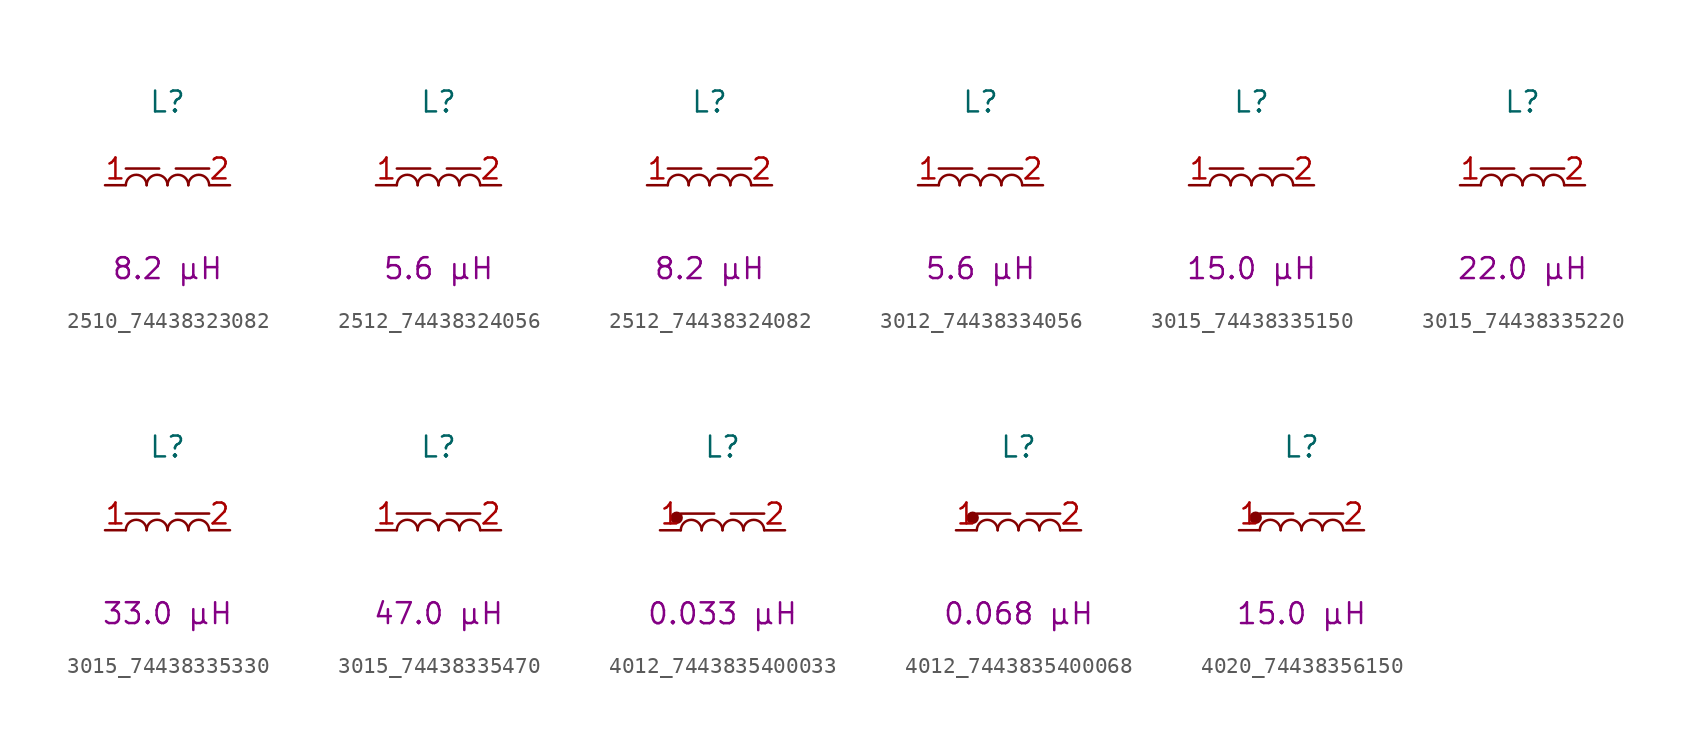
<source format=kicad_sym>
(kicad_symbol_lib
  (version 20241209)
  (generator "kicad_symbol_editor")
  (generator_version "9.0")
  (symbol "2510_74438323082"
    (pin_names
      (hide yes))
    (property "Reference" "L"
      (at 0 5.08 0)
      (effects (font (size 1.27 1.27))))
    (property "Critical Parameter" "8.2 µH"
      (at 0 -5.08 0)
      (effects (font (size 1.27 1.27))))
    (symbol "2510_74438323082_0_1"
      (polyline (pts (xy -2.54 1.016) (xy -0.508 1.016)) (stroke (width 0) (type default)) (fill (type none)))
      (arc (start -2.54 0) (mid -1.905 0.6323) (end -1.27 0) (stroke (width 0) (type default)) (fill (type none)))
      (arc (start -1.27 0) (mid -0.635 0.6323) (end 0 0) (stroke (width 0) (type default)) (fill (type none)))
      (arc (start 0 0) (mid 0.635 0.6323) (end 1.27 0) (stroke (width 0) (type default)) (fill (type none)))
      (arc (start 1.27 0) (mid 1.905 0.6323) (end 2.54 0) (stroke (width 0) (type default)) (fill (type none))))
    (symbol "2510_74438323082_1_1"
      (polyline (pts (xy 2.54 1.016) (xy 0.508 1.016)) (stroke (width 0) (type default)) (fill (type none)))
      (pin passive line (at -3.81 0 0) (length 1.27) (name "1" (effects (font (size 1.27 1.27)))) (number "1" (effects (font (size 1.27 1.27)))))
      (pin passive line (at 3.81 0 180) (length 1.27) (name "2" (effects (font (size 1.27 1.27)))) (number "2" (effects (font (size 1.27 1.27)))))))
  (symbol "2512_74438324056"
    (pin_names
      (hide yes))
    (property "Reference" "L"
      (at 0 5.08 0)
      (effects (font (size 1.27 1.27))))
    (property "Critical Parameter" "5.6 µH"
      (at 0 -5.08 0)
      (effects (font (size 1.27 1.27))))
    (symbol "2512_74438324056_0_1"
      (polyline (pts (xy -2.54 1.016) (xy -0.508 1.016)) (stroke (width 0) (type default)) (fill (type none)))
      (arc (start -2.54 0) (mid -1.905 0.6323) (end -1.27 0) (stroke (width 0) (type default)) (fill (type none)))
      (arc (start -1.27 0) (mid -0.635 0.6323) (end 0 0) (stroke (width 0) (type default)) (fill (type none)))
      (arc (start 0 0) (mid 0.635 0.6323) (end 1.27 0) (stroke (width 0) (type default)) (fill (type none)))
      (arc (start 1.27 0) (mid 1.905 0.6323) (end 2.54 0) (stroke (width 0) (type default)) (fill (type none))))
    (symbol "2512_74438324056_1_1"
      (polyline (pts (xy 2.54 1.016) (xy 0.508 1.016)) (stroke (width 0) (type default)) (fill (type none)))
      (pin passive line (at -3.81 0 0) (length 1.27) (name "1" (effects (font (size 1.27 1.27)))) (number "1" (effects (font (size 1.27 1.27)))))
      (pin passive line (at 3.81 0 180) (length 1.27) (name "2" (effects (font (size 1.27 1.27)))) (number "2" (effects (font (size 1.27 1.27)))))))
  (symbol "2512_74438324082"
    (pin_names
      (hide yes))
    (property "Reference" "L"
      (at 0 5.08 0)
      (effects (font (size 1.27 1.27))))
    (property "Critical Parameter" "8.2 µH"
      (at 0 -5.08 0)
      (effects (font (size 1.27 1.27))))
    (symbol "2512_74438324082_0_1"
      (polyline (pts (xy -2.54 1.016) (xy -0.508 1.016)) (stroke (width 0) (type default)) (fill (type none)))
      (arc (start -2.54 0) (mid -1.905 0.6323) (end -1.27 0) (stroke (width 0) (type default)) (fill (type none)))
      (arc (start -1.27 0) (mid -0.635 0.6323) (end 0 0) (stroke (width 0) (type default)) (fill (type none)))
      (arc (start 0 0) (mid 0.635 0.6323) (end 1.27 0) (stroke (width 0) (type default)) (fill (type none)))
      (arc (start 1.27 0) (mid 1.905 0.6323) (end 2.54 0) (stroke (width 0) (type default)) (fill (type none))))
    (symbol "2512_74438324082_1_1"
      (polyline (pts (xy 2.54 1.016) (xy 0.508 1.016)) (stroke (width 0) (type default)) (fill (type none)))
      (pin passive line (at -3.81 0 0) (length 1.27) (name "1" (effects (font (size 1.27 1.27)))) (number "1" (effects (font (size 1.27 1.27)))))
      (pin passive line (at 3.81 0 180) (length 1.27) (name "2" (effects (font (size 1.27 1.27)))) (number "2" (effects (font (size 1.27 1.27)))))))
  (symbol "3012_74438334056"
    (pin_names
      (hide yes))
    (property "Reference" "L"
      (at 0 5.08 0)
      (effects (font (size 1.27 1.27))))
    (property "Critical Parameter" "5.6 µH"
      (at 0 -5.08 0)
      (effects (font (size 1.27 1.27))))
    (symbol "3012_74438334056_0_1"
      (polyline (pts (xy -2.54 1.016) (xy -0.508 1.016)) (stroke (width 0) (type default)) (fill (type none)))
      (arc (start -2.54 0) (mid -1.905 0.6323) (end -1.27 0) (stroke (width 0) (type default)) (fill (type none)))
      (arc (start -1.27 0) (mid -0.635 0.6323) (end 0 0) (stroke (width 0) (type default)) (fill (type none)))
      (arc (start 0 0) (mid 0.635 0.6323) (end 1.27 0) (stroke (width 0) (type default)) (fill (type none)))
      (arc (start 1.27 0) (mid 1.905 0.6323) (end 2.54 0) (stroke (width 0) (type default)) (fill (type none))))
    (symbol "3012_74438334056_1_1"
      (polyline (pts (xy 2.54 1.016) (xy 0.508 1.016)) (stroke (width 0) (type default)) (fill (type none)))
      (pin passive line (at -3.81 0 0) (length 1.27) (name "1" (effects (font (size 1.27 1.27)))) (number "1" (effects (font (size 1.27 1.27)))))
      (pin passive line (at 3.81 0 180) (length 1.27) (name "2" (effects (font (size 1.27 1.27)))) (number "2" (effects (font (size 1.27 1.27)))))))
  (symbol "3015_74438335150"
    (pin_names
      (hide yes))
    (property "Reference" "L"
      (at 0 5.08 0)
      (effects (font (size 1.27 1.27))))
    (property "Critical Parameter" "15.0 µH"
      (at 0 -5.08 0)
      (effects (font (size 1.27 1.27))))
    (symbol "3015_74438335150_0_1"
      (polyline (pts (xy -2.54 1.016) (xy -0.508 1.016)) (stroke (width 0) (type default)) (fill (type none)))
      (arc (start -2.54 0) (mid -1.905 0.6323) (end -1.27 0) (stroke (width 0) (type default)) (fill (type none)))
      (arc (start -1.27 0) (mid -0.635 0.6323) (end 0 0) (stroke (width 0) (type default)) (fill (type none)))
      (arc (start 0 0) (mid 0.635 0.6323) (end 1.27 0) (stroke (width 0) (type default)) (fill (type none)))
      (arc (start 1.27 0) (mid 1.905 0.6323) (end 2.54 0) (stroke (width 0) (type default)) (fill (type none))))
    (symbol "3015_74438335150_1_1"
      (polyline (pts (xy 2.54 1.016) (xy 0.508 1.016)) (stroke (width 0) (type default)) (fill (type none)))
      (pin passive line (at -3.81 0 0) (length 1.27) (name "1" (effects (font (size 1.27 1.27)))) (number "1" (effects (font (size 1.27 1.27)))))
      (pin passive line (at 3.81 0 180) (length 1.27) (name "2" (effects (font (size 1.27 1.27)))) (number "2" (effects (font (size 1.27 1.27)))))))
  (symbol "3015_74438335220"
    (pin_names
      (hide yes))
    (property "Reference" "L"
      (at 0 5.08 0)
      (effects (font (size 1.27 1.27))))
    (property "Critical Parameter" "22.0 µH"
      (at 0 -5.08 0)
      (effects (font (size 1.27 1.27))))
    (symbol "3015_74438335220_0_1"
      (polyline (pts (xy -2.54 1.016) (xy -0.508 1.016)) (stroke (width 0) (type default)) (fill (type none)))
      (arc (start -2.54 0) (mid -1.905 0.6323) (end -1.27 0) (stroke (width 0) (type default)) (fill (type none)))
      (arc (start -1.27 0) (mid -0.635 0.6323) (end 0 0) (stroke (width 0) (type default)) (fill (type none)))
      (arc (start 0 0) (mid 0.635 0.6323) (end 1.27 0) (stroke (width 0) (type default)) (fill (type none)))
      (arc (start 1.27 0) (mid 1.905 0.6323) (end 2.54 0) (stroke (width 0) (type default)) (fill (type none))))
    (symbol "3015_74438335220_1_1"
      (polyline (pts (xy 2.54 1.016) (xy 0.508 1.016)) (stroke (width 0) (type default)) (fill (type none)))
      (pin passive line (at -3.81 0 0) (length 1.27) (name "1" (effects (font (size 1.27 1.27)))) (number "1" (effects (font (size 1.27 1.27)))))
      (pin passive line (at 3.81 0 180) (length 1.27) (name "2" (effects (font (size 1.27 1.27)))) (number "2" (effects (font (size 1.27 1.27)))))))
  (symbol "3015_74438335330"
    (pin_names
      (hide yes))
    (property "Reference" "L"
      (at 0 5.08 0)
      (effects (font (size 1.27 1.27))))
    (property "Critical Parameter" "33.0 µH"
      (at 0 -5.08 0)
      (effects (font (size 1.27 1.27))))
    (symbol "3015_74438335330_0_1"
      (polyline (pts (xy -2.54 1.016) (xy -0.508 1.016)) (stroke (width 0) (type default)) (fill (type none)))
      (arc (start -2.54 0) (mid -1.905 0.6323) (end -1.27 0) (stroke (width 0) (type default)) (fill (type none)))
      (arc (start -1.27 0) (mid -0.635 0.6323) (end 0 0) (stroke (width 0) (type default)) (fill (type none)))
      (arc (start 0 0) (mid 0.635 0.6323) (end 1.27 0) (stroke (width 0) (type default)) (fill (type none)))
      (arc (start 1.27 0) (mid 1.905 0.6323) (end 2.54 0) (stroke (width 0) (type default)) (fill (type none))))
    (symbol "3015_74438335330_1_1"
      (polyline (pts (xy 2.54 1.016) (xy 0.508 1.016)) (stroke (width 0) (type default)) (fill (type none)))
      (pin passive line (at -3.81 0 0) (length 1.27) (name "1" (effects (font (size 1.27 1.27)))) (number "1" (effects (font (size 1.27 1.27)))))
      (pin passive line (at 3.81 0 180) (length 1.27) (name "2" (effects (font (size 1.27 1.27)))) (number "2" (effects (font (size 1.27 1.27)))))))
  (symbol "3015_74438335470"
    (pin_names
      (hide yes))
    (property "Reference" "L"
      (at 0 5.08 0)
      (effects (font (size 1.27 1.27))))
    (property "Critical Parameter" "47.0 µH"
      (at 0 -5.08 0)
      (effects (font (size 1.27 1.27))))
    (symbol "3015_74438335470_0_1"
      (polyline (pts (xy -2.54 1.016) (xy -0.508 1.016)) (stroke (width 0) (type default)) (fill (type none)))
      (arc (start -2.54 0) (mid -1.905 0.6323) (end -1.27 0) (stroke (width 0) (type default)) (fill (type none)))
      (arc (start -1.27 0) (mid -0.635 0.6323) (end 0 0) (stroke (width 0) (type default)) (fill (type none)))
      (arc (start 0 0) (mid 0.635 0.6323) (end 1.27 0) (stroke (width 0) (type default)) (fill (type none)))
      (arc (start 1.27 0) (mid 1.905 0.6323) (end 2.54 0) (stroke (width 0) (type default)) (fill (type none))))
    (symbol "3015_74438335470_1_1"
      (polyline (pts (xy 2.54 1.016) (xy 0.508 1.016)) (stroke (width 0) (type default)) (fill (type none)))
      (pin passive line (at -3.81 0 0) (length 1.27) (name "1" (effects (font (size 1.27 1.27)))) (number "1" (effects (font (size 1.27 1.27)))))
      (pin passive line (at 3.81 0 180) (length 1.27) (name "2" (effects (font (size 1.27 1.27)))) (number "2" (effects (font (size 1.27 1.27)))))))
  (symbol "4012_7443835400033"
    (pin_names
      (hide yes))
    (property "Reference" "L"
      (at 0 5.08 0)
      (effects (font (size 1.27 1.27))))
    (property "Critical Parameter" "0.033 µH"
      (at 0 -5.08 0)
      (effects (font (size 1.27 1.27))))
    (symbol "4012_7443835400033_0_1"
      (polyline (pts (xy -2.54 1.016) (xy -0.508 1.016)) (stroke (width 0) (type default)) (fill (type none)))
      (arc (start -2.54 0) (mid -1.905 0.6323) (end -1.27 0) (stroke (width 0) (type default)) (fill (type none)))
      (arc (start -1.27 0) (mid -0.635 0.6323) (end 0 0) (stroke (width 0) (type default)) (fill (type none)))
      (arc (start 0 0) (mid 0.635 0.6323) (end 1.27 0) (stroke (width 0) (type default)) (fill (type none)))
      (arc (start 1.27 0) (mid 1.905 0.6323) (end 2.54 0) (stroke (width 0) (type default)) (fill (type none))))
    (symbol "4012_7443835400033_1_1"
      (circle (center -2.794 0.762) (radius 0.0001) (stroke (width 0.381) (type default)) (fill (type none)))
      (polyline (pts (xy 2.54 1.016) (xy 0.508 1.016)) (stroke (width 0) (type default)) (fill (type none)))
      (pin passive line (at -3.81 0 0) (length 1.27) (name "1" (effects (font (size 1.27 1.27)))) (number "1" (effects (font (size 1.27 1.27)))))
      (pin passive line (at 3.81 0 180) (length 1.27) (name "2" (effects (font (size 1.27 1.27)))) (number "2" (effects (font (size 1.27 1.27)))))))
  (symbol "4012_7443835400068"
    (pin_names
      (hide yes))
    (property "Reference" "L"
      (at 0 5.08 0)
      (effects (font (size 1.27 1.27))))
    (property "Critical Parameter" "0.068 µH"
      (at 0 -5.08 0)
      (effects (font (size 1.27 1.27))))
    (symbol "4012_7443835400068_0_1"
      (polyline (pts (xy -2.54 1.016) (xy -0.508 1.016)) (stroke (width 0) (type default)) (fill (type none)))
      (arc (start -2.54 0) (mid -1.905 0.6323) (end -1.27 0) (stroke (width 0) (type default)) (fill (type none)))
      (arc (start -1.27 0) (mid -0.635 0.6323) (end 0 0) (stroke (width 0) (type default)) (fill (type none)))
      (arc (start 0 0) (mid 0.635 0.6323) (end 1.27 0) (stroke (width 0) (type default)) (fill (type none)))
      (arc (start 1.27 0) (mid 1.905 0.6323) (end 2.54 0) (stroke (width 0) (type default)) (fill (type none))))
    (symbol "4012_7443835400068_1_1"
      (circle (center -2.794 0.762) (radius 0.0001) (stroke (width 0.381) (type default)) (fill (type none)))
      (polyline (pts (xy 2.54 1.016) (xy 0.508 1.016)) (stroke (width 0) (type default)) (fill (type none)))
      (pin passive line (at -3.81 0 0) (length 1.27) (name "1" (effects (font (size 1.27 1.27)))) (number "1" (effects (font (size 1.27 1.27)))))
      (pin passive line (at 3.81 0 180) (length 1.27) (name "2" (effects (font (size 1.27 1.27)))) (number "2" (effects (font (size 1.27 1.27)))))))
  (symbol "4020_74438356150"
    (pin_names
      (hide yes))
    (property "Reference" "L"
      (at 0 5.08 0)
      (effects (font (size 1.27 1.27))))
    (property "Critical Parameter" "15.0 µH"
      (at 0 -5.08 0)
      (effects (font (size 1.27 1.27))))
    (symbol "4020_74438356150_0_1"
      (polyline (pts (xy -2.54 1.016) (xy -0.508 1.016)) (stroke (width 0) (type default)) (fill (type none)))
      (arc (start -2.54 0) (mid -1.905 0.6323) (end -1.27 0) (stroke (width 0) (type default)) (fill (type none)))
      (arc (start -1.27 0) (mid -0.635 0.6323) (end 0 0) (stroke (width 0) (type default)) (fill (type none)))
      (arc (start 0 0) (mid 0.635 0.6323) (end 1.27 0) (stroke (width 0) (type default)) (fill (type none)))
      (arc (start 1.27 0) (mid 1.905 0.6323) (end 2.54 0) (stroke (width 0) (type default)) (fill (type none))))
    (symbol "4020_74438356150_1_1"
      (circle (center -2.794 0.762) (radius 0.0001) (stroke (width 0.381) (type default)) (fill (type none)))
      (polyline (pts (xy 2.54 1.016) (xy 0.508 1.016)) (stroke (width 0) (type default)) (fill (type none)))
      (pin passive line (at -3.81 0 0) (length 1.27) (name "1" (effects (font (size 1.27 1.27)))) (number "1" (effects (font (size 1.27 1.27)))))
      (pin passive line (at 3.81 0 180) (length 1.27) (name "2" (effects (font (size 1.27 1.27)))) (number "2" (effects (font (size 1.27 1.27))))))))
</source>
